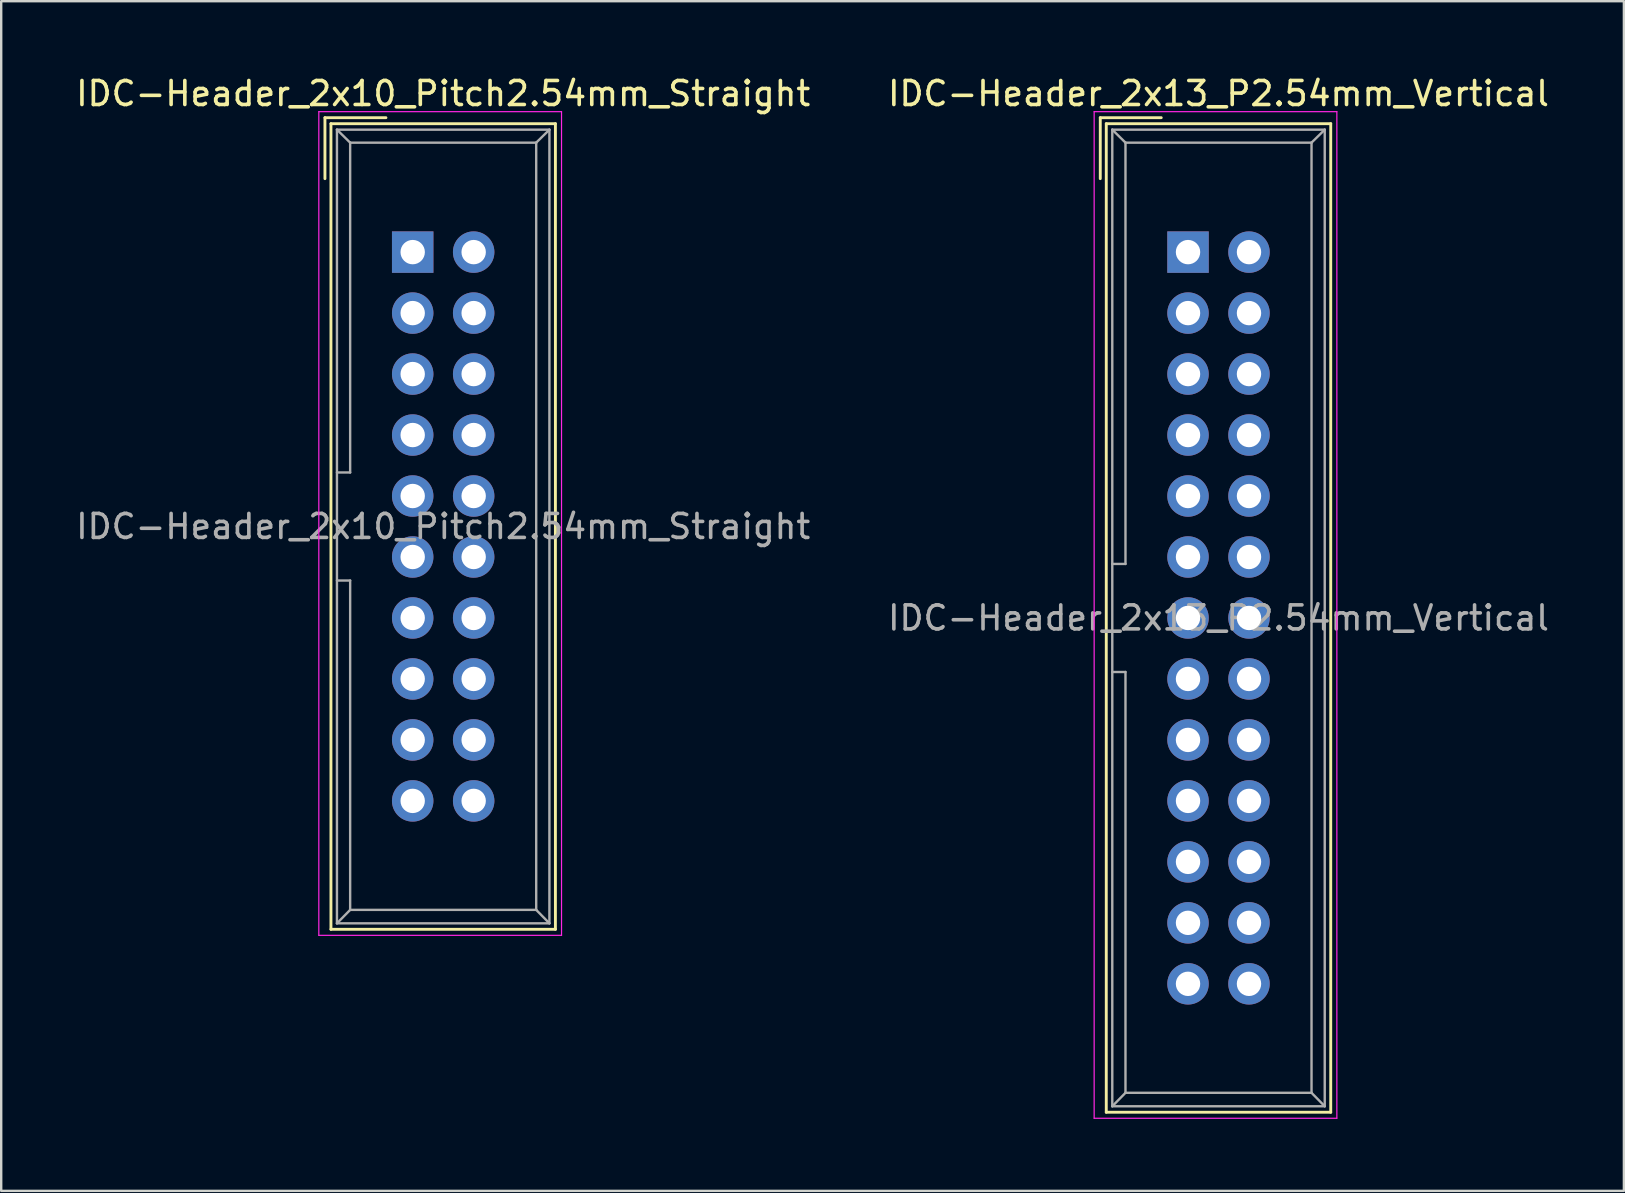
<source format=kicad_pcb>
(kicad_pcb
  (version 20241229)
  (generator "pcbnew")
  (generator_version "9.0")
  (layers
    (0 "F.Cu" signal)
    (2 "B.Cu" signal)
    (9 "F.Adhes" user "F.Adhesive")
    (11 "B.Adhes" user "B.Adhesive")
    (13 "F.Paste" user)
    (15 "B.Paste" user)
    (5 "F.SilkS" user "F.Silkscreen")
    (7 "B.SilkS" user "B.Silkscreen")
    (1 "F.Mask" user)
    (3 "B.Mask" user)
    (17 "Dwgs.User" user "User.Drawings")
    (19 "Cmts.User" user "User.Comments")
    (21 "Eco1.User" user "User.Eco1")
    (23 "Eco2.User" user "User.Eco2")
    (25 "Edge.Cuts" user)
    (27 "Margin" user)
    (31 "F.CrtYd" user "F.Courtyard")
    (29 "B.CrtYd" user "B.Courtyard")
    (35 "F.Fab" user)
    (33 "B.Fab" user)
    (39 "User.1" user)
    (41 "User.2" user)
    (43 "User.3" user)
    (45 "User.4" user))
  (footprint "IDC-Header_2x13_P2.54mm_Vertical"
    (layer "F.Cu")
    (at 46.438 7.452)
    (property "Reference" "IDC-Header_2x13_P2.54mm_Vertical" (at 1.27 -6.604 0) (layer "F.SilkS") (effects (font (size 1 1) (thickness 0.15))))
    (attr through_hole)
    (fp_line (start -3.655 -5.6) (end -3.655 -3.06) (stroke (width 0.12) (type solid)) (layer "F.SilkS"))
    (fp_line (start -3.655 -5.6) (end -1.115 -5.6) (stroke (width 0.12) (type solid)) (layer "F.SilkS"))
    (fp_line (start -3.405 -5.35) (end 5.945 -5.35) (stroke (width 0.12) (type solid)) (layer "F.SilkS"))
    (fp_line (start -3.405 35.83) (end -3.405 -5.35) (stroke (width 0.12) (type solid)) (layer "F.SilkS"))
    (fp_line (start 5.945 -5.35) (end 5.945 35.83) (stroke (width 0.12) (type solid)) (layer "F.SilkS"))
    (fp_line (start 5.945 35.83) (end -3.405 35.83) (stroke (width 0.12) (type solid)) (layer "F.SilkS"))
    (fp_line (start -3.91 -5.85) (end 6.2 -5.85) (stroke (width 0.05) (type solid)) (layer "F.CrtYd"))
    (fp_line (start -3.91 36.08) (end -3.91 -5.85) (stroke (width 0.05) (type solid)) (layer "F.CrtYd"))
    (fp_line (start 6.2 -5.85) (end 6.2 36.08) (stroke (width 0.05) (type solid)) (layer "F.CrtYd"))
    (fp_line (start 6.2 36.08) (end -3.91 36.08) (stroke (width 0.05) (type solid)) (layer "F.CrtYd"))
    (fp_line (start -3.155 -5.1) (end -3.155 35.58) (stroke (width 0.1) (type solid)) (layer "F.Fab"))
    (fp_line (start -3.155 -5.1) (end -2.605 -4.56) (stroke (width 0.1) (type solid)) (layer "F.Fab"))
    (fp_line (start -3.155 35.58) (end -2.605 35.02) (stroke (width 0.1) (type solid)) (layer "F.Fab"))
    (fp_line (start -2.605 -4.56) (end -2.605 12.99) (stroke (width 0.1) (type solid)) (layer "F.Fab"))
    (fp_line (start -2.605 12.99) (end -3.155 12.99) (stroke (width 0.1) (type solid)) (layer "F.Fab"))
    (fp_line (start -2.605 17.49) (end -3.155 17.49) (stroke (width 0.1) (type solid)) (layer "F.Fab"))
    (fp_line (start -2.605 17.49) (end -2.605 35.02) (stroke (width 0.1) (type solid)) (layer "F.Fab"))
    (fp_line (start 5.145 -4.56) (end -2.605 -4.56) (stroke (width 0.1) (type solid)) (layer "F.Fab"))
    (fp_line (start 5.145 -4.56) (end 5.145 35.02) (stroke (width 0.1) (type solid)) (layer "F.Fab"))
    (fp_line (start 5.145 35.02) (end -2.605 35.02) (stroke (width 0.1) (type solid)) (layer "F.Fab"))
    (fp_line (start 5.695 -5.1) (end -3.155 -5.1) (stroke (width 0.1) (type solid)) (layer "F.Fab"))
    (fp_line (start 5.695 -5.1) (end 5.145 -4.56) (stroke (width 0.1) (type solid)) (layer "F.Fab"))
    (fp_line (start 5.695 -5.1) (end 5.695 35.58) (stroke (width 0.1) (type solid)) (layer "F.Fab"))
    (fp_line (start 5.695 35.58) (end -3.155 35.58) (stroke (width 0.1) (type solid)) (layer "F.Fab"))
    (fp_line (start 5.695 35.58) (end 5.145 35.02) (stroke (width 0.1) (type solid)) (layer "F.Fab"))
    (fp_text user "${REFERENCE}" (at 1.27 15.24 0) (layer "F.Fab") (effects (font (size 1 1) (thickness 0.15))))
    (pad "1" thru_hole rect (at 0 0) (size 1.727 1.727) (drill 1.016) (layers "*.Cu" "*.Mask"))
    (pad "2" thru_hole oval (at 2.54 0) (size 1.727 1.727) (drill 1.016) (layers "*.Cu" "*.Mask"))
    (pad "3" thru_hole oval (at 0 2.54) (size 1.727 1.727) (drill 1.016) (layers "*.Cu" "*.Mask"))
    (pad "4" thru_hole oval (at 2.54 2.54) (size 1.727 1.727) (drill 1.016) (layers "*.Cu" "*.Mask"))
    (pad "5" thru_hole oval (at 0 5.08) (size 1.727 1.727) (drill 1.016) (layers "*.Cu" "*.Mask"))
    (pad "6" thru_hole oval (at 2.54 5.08) (size 1.727 1.727) (drill 1.016) (layers "*.Cu" "*.Mask"))
    (pad "7" thru_hole oval (at 0 7.62) (size 1.727 1.727) (drill 1.016) (layers "*.Cu" "*.Mask"))
    (pad "8" thru_hole oval (at 2.54 7.62) (size 1.727 1.727) (drill 1.016) (layers "*.Cu" "*.Mask"))
    (pad "9" thru_hole oval (at 0 10.16) (size 1.727 1.727) (drill 1.016) (layers "*.Cu" "*.Mask"))
    (pad "10" thru_hole oval (at 2.54 10.16) (size 1.727 1.727) (drill 1.016) (layers "*.Cu" "*.Mask"))
    (pad "11" thru_hole oval (at 0 12.7) (size 1.727 1.727) (drill 1.016) (layers "*.Cu" "*.Mask"))
    (pad "12" thru_hole oval (at 2.54 12.7) (size 1.727 1.727) (drill 1.016) (layers "*.Cu" "*.Mask"))
    (pad "13" thru_hole oval (at 0 15.24) (size 1.727 1.727) (drill 1.016) (layers "*.Cu" "*.Mask"))
    (pad "14" thru_hole oval (at 2.54 15.24) (size 1.727 1.727) (drill 1.016) (layers "*.Cu" "*.Mask"))
    (pad "15" thru_hole oval (at 0 17.78) (size 1.727 1.727) (drill 1.016) (layers "*.Cu" "*.Mask"))
    (pad "16" thru_hole oval (at 2.54 17.78) (size 1.727 1.727) (drill 1.016) (layers "*.Cu" "*.Mask"))
    (pad "17" thru_hole oval (at 0 20.32) (size 1.727 1.727) (drill 1.016) (layers "*.Cu" "*.Mask"))
    (pad "18" thru_hole oval (at 2.54 20.32) (size 1.727 1.727) (drill 1.016) (layers "*.Cu" "*.Mask"))
    (pad "19" thru_hole oval (at 0 22.86) (size 1.727 1.727) (drill 1.016) (layers "*.Cu" "*.Mask"))
    (pad "20" thru_hole oval (at 2.54 22.86) (size 1.727 1.727) (drill 1.016) (layers "*.Cu" "*.Mask"))
    (pad "21" thru_hole oval (at 0 25.4) (size 1.727 1.727) (drill 1.016) (layers "*.Cu" "*.Mask"))
    (pad "22" thru_hole oval (at 2.54 25.4) (size 1.727 1.727) (drill 1.016) (layers "*.Cu" "*.Mask"))
    (pad "23" thru_hole oval (at 0 27.94) (size 1.727 1.727) (drill 1.016) (layers "*.Cu" "*.Mask"))
    (pad "24" thru_hole oval (at 2.54 27.94) (size 1.727 1.727) (drill 1.016) (layers "*.Cu" "*.Mask"))
    (pad "25" thru_hole oval (at 0 30.48) (size 1.727 1.727) (drill 1.016) (layers "*.Cu" "*.Mask"))
    (pad "26" thru_hole oval (at 2.54 30.48) (size 1.727 1.727) (drill 1.016) (layers "*.Cu" "*.Mask")))
  (footprint "IDC-Header_2x10_Pitch2.54mm_Straight"
    (layer "F.Cu")
    (at 14.141 7.452)
    (property "Reference" "IDC-Header_2x10_Pitch2.54mm_Straight" (at 1.27 -6.604 0) (layer "F.SilkS") (effects (font (size 1 1) (thickness 0.15))))
    (attr through_hole)
    (fp_line (start -3.655 -5.6) (end -3.655 -3.06) (stroke (width 0.12) (type solid)) (layer "F.SilkS"))
    (fp_line (start -3.655 -5.6) (end -1.115 -5.6) (stroke (width 0.12) (type solid)) (layer "F.SilkS"))
    (fp_line (start -3.405 -5.35) (end 5.945 -5.35) (stroke (width 0.12) (type solid)) (layer "F.SilkS"))
    (fp_line (start -3.405 28.21) (end -3.405 -5.35) (stroke (width 0.12) (type solid)) (layer "F.SilkS"))
    (fp_line (start 5.945 -5.35) (end 5.945 28.21) (stroke (width 0.12) (type solid)) (layer "F.SilkS"))
    (fp_line (start 5.945 28.21) (end -3.405 28.21) (stroke (width 0.12) (type solid)) (layer "F.SilkS"))
    (fp_line (start -3.91 -5.85) (end 6.2 -5.85) (stroke (width 0.05) (type solid)) (layer "F.CrtYd"))
    (fp_line (start -3.91 28.46) (end -3.91 -5.85) (stroke (width 0.05) (type solid)) (layer "F.CrtYd"))
    (fp_line (start 6.2 -5.85) (end 6.2 28.46) (stroke (width 0.05) (type solid)) (layer "F.CrtYd"))
    (fp_line (start 6.2 28.46) (end -3.91 28.46) (stroke (width 0.05) (type solid)) (layer "F.CrtYd"))
    (fp_line (start -3.155 -5.1) (end -3.155 27.96) (stroke (width 0.1) (type solid)) (layer "F.Fab"))
    (fp_line (start -3.155 -5.1) (end -2.605 -4.56) (stroke (width 0.1) (type solid)) (layer "F.Fab"))
    (fp_line (start -3.155 27.96) (end -2.605 27.4) (stroke (width 0.1) (type solid)) (layer "F.Fab"))
    (fp_line (start -2.605 -4.56) (end -2.605 9.18) (stroke (width 0.1) (type solid)) (layer "F.Fab"))
    (fp_line (start -2.605 9.18) (end -3.155 9.18) (stroke (width 0.1) (type solid)) (layer "F.Fab"))
    (fp_line (start -2.605 13.68) (end -3.155 13.68) (stroke (width 0.1) (type solid)) (layer "F.Fab"))
    (fp_line (start -2.605 13.68) (end -2.605 27.4) (stroke (width 0.1) (type solid)) (layer "F.Fab"))
    (fp_line (start 5.145 -4.56) (end -2.605 -4.56) (stroke (width 0.1) (type solid)) (layer "F.Fab"))
    (fp_line (start 5.145 -4.56) (end 5.145 27.4) (stroke (width 0.1) (type solid)) (layer "F.Fab"))
    (fp_line (start 5.145 27.4) (end -2.605 27.4) (stroke (width 0.1) (type solid)) (layer "F.Fab"))
    (fp_line (start 5.695 -5.1) (end -3.155 -5.1) (stroke (width 0.1) (type solid)) (layer "F.Fab"))
    (fp_line (start 5.695 -5.1) (end 5.145 -4.56) (stroke (width 0.1) (type solid)) (layer "F.Fab"))
    (fp_line (start 5.695 -5.1) (end 5.695 27.96) (stroke (width 0.1) (type solid)) (layer "F.Fab"))
    (fp_line (start 5.695 27.96) (end -3.155 27.96) (stroke (width 0.1) (type solid)) (layer "F.Fab"))
    (fp_line (start 5.695 27.96) (end 5.145 27.4) (stroke (width 0.1) (type solid)) (layer "F.Fab"))
    (fp_text user "${REFERENCE}" (at 1.27 11.43 0) (layer "F.Fab") (effects (font (size 1 1) (thickness 0.15))))
    (pad "1" thru_hole rect (at 0 0) (size 1.727 1.727) (drill 1.016) (layers "*.Cu" "*.Mask"))
    (pad "2" thru_hole oval (at 2.54 0) (size 1.727 1.727) (drill 1.016) (layers "*.Cu" "*.Mask"))
    (pad "3" thru_hole oval (at 0 2.54) (size 1.727 1.727) (drill 1.016) (layers "*.Cu" "*.Mask"))
    (pad "4" thru_hole oval (at 2.54 2.54) (size 1.727 1.727) (drill 1.016) (layers "*.Cu" "*.Mask"))
    (pad "5" thru_hole oval (at 0 5.08) (size 1.727 1.727) (drill 1.016) (layers "*.Cu" "*.Mask"))
    (pad "6" thru_hole oval (at 2.54 5.08) (size 1.727 1.727) (drill 1.016) (layers "*.Cu" "*.Mask"))
    (pad "7" thru_hole oval (at 0 7.62) (size 1.727 1.727) (drill 1.016) (layers "*.Cu" "*.Mask"))
    (pad "8" thru_hole oval (at 2.54 7.62) (size 1.727 1.727) (drill 1.016) (layers "*.Cu" "*.Mask"))
    (pad "9" thru_hole oval (at 0 10.16) (size 1.727 1.727) (drill 1.016) (layers "*.Cu" "*.Mask"))
    (pad "10" thru_hole oval (at 2.54 10.16) (size 1.727 1.727) (drill 1.016) (layers "*.Cu" "*.Mask"))
    (pad "11" thru_hole oval (at 0 12.7) (size 1.727 1.727) (drill 1.016) (layers "*.Cu" "*.Mask"))
    (pad "12" thru_hole oval (at 2.54 12.7) (size 1.727 1.727) (drill 1.016) (layers "*.Cu" "*.Mask"))
    (pad "13" thru_hole oval (at 0 15.24) (size 1.727 1.727) (drill 1.016) (layers "*.Cu" "*.Mask"))
    (pad "14" thru_hole oval (at 2.54 15.24) (size 1.727 1.727) (drill 1.016) (layers "*.Cu" "*.Mask"))
    (pad "15" thru_hole oval (at 0 17.78) (size 1.727 1.727) (drill 1.016) (layers "*.Cu" "*.Mask"))
    (pad "16" thru_hole oval (at 2.54 17.78) (size 1.727 1.727) (drill 1.016) (layers "*.Cu" "*.Mask"))
    (pad "17" thru_hole oval (at 0 20.32) (size 1.727 1.727) (drill 1.016) (layers "*.Cu" "*.Mask"))
    (pad "18" thru_hole oval (at 2.54 20.32) (size 1.727 1.727) (drill 1.016) (layers "*.Cu" "*.Mask"))
    (pad "19" thru_hole oval (at 0 22.86) (size 1.727 1.727) (drill 1.016) (layers "*.Cu" "*.Mask"))
    (pad "20" thru_hole oval (at 2.54 22.86) (size 1.727 1.727) (drill 1.016) (layers "*.Cu" "*.Mask")))
  (gr_rect
    (start -3 -3)
    (end 64.595 46.557)
    (stroke (width 0.1) (type default))
    (fill no)
    (layer "Edge.Cuts")))
</source>
